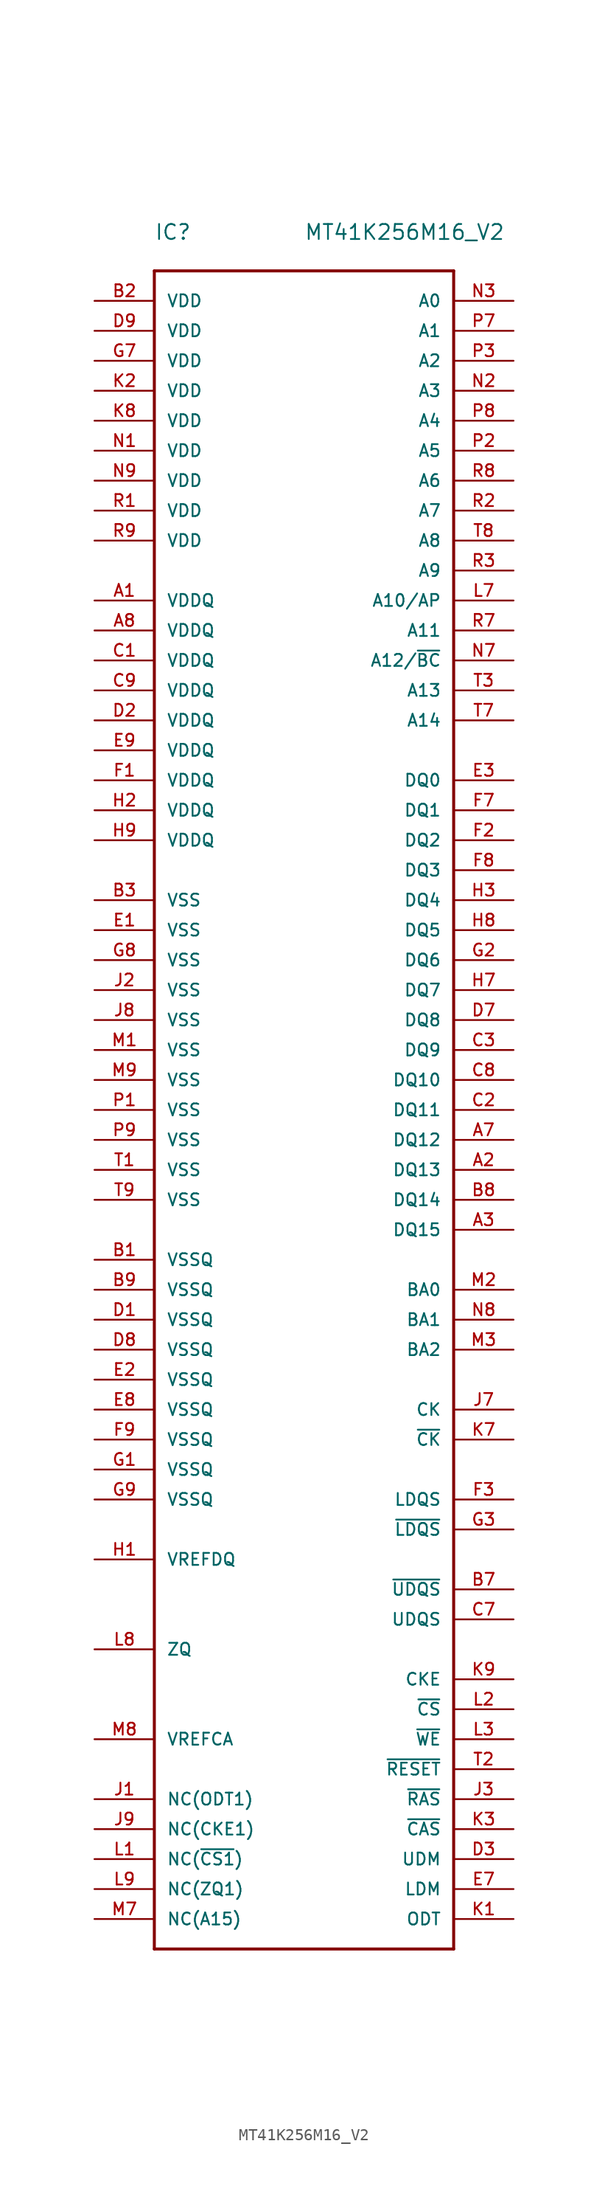
<source format=kicad_sym>
(kicad_symbol_lib
  (version 20220914)
  (generator kicad_symbol_editor)
  (symbol "MT41K256M16_V2"
    (pin_names
      (offset 1.016))
    (property "Reference" "IC"
      (at 0 2.54 0)
      (effects (font (size 1.27 1.27)) (justify left bottom)))
    (property "Value" "MT41K256M16_V2"
      (at 12.7 2.54 0)
      (effects (font (size 1.27 1.27)) (justify left bottom)))
    (symbol "MT41K256M16_V2_1_0"
      (polyline (pts (xy 0 -142.24) (xy 0 0)) (stroke (width 0.254) (type solid)) (fill (type none)))
      (polyline (pts (xy 0 0) (xy 25.4 0)) (stroke (width 0.254) (type solid)) (fill (type none)))
      (polyline (pts (xy 25.4 -142.24) (xy 0 -142.24)) (stroke (width 0.254) (type solid)) (fill (type none)))
      (polyline (pts (xy 25.4 0) (xy 25.4 -142.24)) (stroke (width 0.254) (type solid)) (fill (type none)))
      (pin input line (at 30.48 -119.38 180) (length 5.08) (name "CKE" (effects (font (size 1.016 1.016)))) (number "K9" (effects (font (size 1.016 1.016)))))
      (pin input line (at -5.08 -134.62 0) (length 5.08) (name "NC(~{CS1})" (effects (font (size 1.016 1.016)))) (number "L1" (effects (font (size 1.016 1.016)))))
      (pin input line (at -5.08 -137.16 0) (length 5.08) (name "NC(ZQ1)" (effects (font (size 1.016 1.016)))) (number "L9" (effects (font (size 1.016 1.016)))))
      (pin power_in line (at -5.08 -20.32 0) (length 5.08) (name "VDD" (effects (font (size 1.016 1.016)))) (number "R1" (effects (font (size 1.016 1.016)))))
      (pin power_in line (at -5.08 -76.2 0) (length 5.08) (name "VSS" (effects (font (size 1.016 1.016)))) (number "T1" (effects (font (size 1.016 1.016))))))
    (symbol "MT41K256M16_V2_1_1"
      (pin power_in line (at -5.08 -27.94 0) (length 5.08) (name "VDDQ" (effects (font (size 1.016 1.016)))) (number "A1" (effects (font (size 1.016 1.016)))))
      (pin bidirectional line (at 30.48 -76.2 180) (length 5.08) (name "DQ13" (effects (font (size 1.016 1.016)))) (number "A2" (effects (font (size 1.016 1.016)))))
      (pin bidirectional line (at 30.48 -81.28 180) (length 5.08) (name "DQ15" (effects (font (size 1.016 1.016)))) (number "A3" (effects (font (size 1.016 1.016)))))
      (pin bidirectional line (at 30.48 -73.66 180) (length 5.08) (name "DQ12" (effects (font (size 1.016 1.016)))) (number "A7" (effects (font (size 1.016 1.016)))))
      (pin power_in line (at -5.08 -30.48 0) (length 5.08) (name "VDDQ" (effects (font (size 1.016 1.016)))) (number "A8" (effects (font (size 1.016 1.016)))))
      (pin power_in line (at -5.08 -83.82 0) (length 5.08) (name "VSSQ" (effects (font (size 1.016 1.016)))) (number "B1" (effects (font (size 1.016 1.016)))))
      (pin power_in line (at -5.08 -2.54 0) (length 5.08) (name "VDD" (effects (font (size 1.016 1.016)))) (number "B2" (effects (font (size 1.016 1.016)))))
      (pin power_in line (at -5.08 -53.34 0) (length 5.08) (name "VSS" (effects (font (size 1.016 1.016)))) (number "B3" (effects (font (size 1.016 1.016)))))
      (pin output line (at 30.48 -111.76 180) (length 5.08) (name "~{UDQS}" (effects (font (size 1.016 1.016)))) (number "B7" (effects (font (size 1.016 1.016)))))
      (pin bidirectional line (at 30.48 -78.74 180) (length 5.08) (name "DQ14" (effects (font (size 1.016 1.016)))) (number "B8" (effects (font (size 1.016 1.016)))))
      (pin power_in line (at -5.08 -86.36 0) (length 5.08) (name "VSSQ" (effects (font (size 1.016 1.016)))) (number "B9" (effects (font (size 1.016 1.016)))))
      (pin power_in line (at -5.08 -33.02 0) (length 5.08) (name "VDDQ" (effects (font (size 1.016 1.016)))) (number "C1" (effects (font (size 1.016 1.016)))))
      (pin bidirectional line (at 30.48 -71.12 180) (length 5.08) (name "DQ11" (effects (font (size 1.016 1.016)))) (number "C2" (effects (font (size 1.016 1.016)))))
      (pin bidirectional line (at 30.48 -66.04 180) (length 5.08) (name "DQ9" (effects (font (size 1.016 1.016)))) (number "C3" (effects (font (size 1.016 1.016)))))
      (pin output line (at 30.48 -114.3 180) (length 5.08) (name "UDQS" (effects (font (size 1.016 1.016)))) (number "C7" (effects (font (size 1.016 1.016)))))
      (pin bidirectional line (at 30.48 -68.58 180) (length 5.08) (name "DQ10" (effects (font (size 1.016 1.016)))) (number "C8" (effects (font (size 1.016 1.016)))))
      (pin power_in line (at -5.08 -35.56 0) (length 5.08) (name "VDDQ" (effects (font (size 1.016 1.016)))) (number "C9" (effects (font (size 1.016 1.016)))))
      (pin power_in line (at -5.08 -88.9 0) (length 5.08) (name "VSSQ" (effects (font (size 1.016 1.016)))) (number "D1" (effects (font (size 1.016 1.016)))))
      (pin power_in line (at -5.08 -38.1 0) (length 5.08) (name "VDDQ" (effects (font (size 1.016 1.016)))) (number "D2" (effects (font (size 1.016 1.016)))))
      (pin input line (at 30.48 -134.62 180) (length 5.08) (name "UDM" (effects (font (size 1.016 1.016)))) (number "D3" (effects (font (size 1.016 1.016)))))
      (pin bidirectional line (at 30.48 -63.5 180) (length 5.08) (name "DQ8" (effects (font (size 1.016 1.016)))) (number "D7" (effects (font (size 1.016 1.016)))))
      (pin power_in line (at -5.08 -91.44 0) (length 5.08) (name "VSSQ" (effects (font (size 1.016 1.016)))) (number "D8" (effects (font (size 1.016 1.016)))))
      (pin power_in line (at -5.08 -5.08 0) (length 5.08) (name "VDD" (effects (font (size 1.016 1.016)))) (number "D9" (effects (font (size 1.016 1.016)))))
      (pin power_in line (at -5.08 -55.88 0) (length 5.08) (name "VSS" (effects (font (size 1.016 1.016)))) (number "E1" (effects (font (size 1.016 1.016)))))
      (pin power_in line (at -5.08 -93.98 0) (length 5.08) (name "VSSQ" (effects (font (size 1.016 1.016)))) (number "E2" (effects (font (size 1.016 1.016)))))
      (pin bidirectional line (at 30.48 -43.18 180) (length 5.08) (name "DQ0" (effects (font (size 1.016 1.016)))) (number "E3" (effects (font (size 1.016 1.016)))))
      (pin input line (at 30.48 -137.16 180) (length 5.08) (name "LDM" (effects (font (size 1.016 1.016)))) (number "E7" (effects (font (size 1.016 1.016)))))
      (pin power_in line (at -5.08 -96.52 0) (length 5.08) (name "VSSQ" (effects (font (size 1.016 1.016)))) (number "E8" (effects (font (size 1.016 1.016)))))
      (pin power_in line (at -5.08 -40.64 0) (length 5.08) (name "VDDQ" (effects (font (size 1.016 1.016)))) (number "E9" (effects (font (size 1.016 1.016)))))
      (pin power_in line (at -5.08 -43.18 0) (length 5.08) (name "VDDQ" (effects (font (size 1.016 1.016)))) (number "F1" (effects (font (size 1.016 1.016)))))
      (pin bidirectional line (at 30.48 -48.26 180) (length 5.08) (name "DQ2" (effects (font (size 1.016 1.016)))) (number "F2" (effects (font (size 1.016 1.016)))))
      (pin bidirectional line (at 30.48 -104.14 180) (length 5.08) (name "LDQS" (effects (font (size 1.016 1.016)))) (number "F3" (effects (font (size 1.016 1.016)))))
      (pin bidirectional line (at 30.48 -45.72 180) (length 5.08) (name "DQ1" (effects (font (size 1.016 1.016)))) (number "F7" (effects (font (size 1.016 1.016)))))
      (pin bidirectional line (at 30.48 -50.8 180) (length 5.08) (name "DQ3" (effects (font (size 1.016 1.016)))) (number "F8" (effects (font (size 1.016 1.016)))))
      (pin power_in line (at -5.08 -99.06 0) (length 5.08) (name "VSSQ" (effects (font (size 1.016 1.016)))) (number "F9" (effects (font (size 1.016 1.016)))))
      (pin power_in line (at -5.08 -101.6 0) (length 5.08) (name "VSSQ" (effects (font (size 1.016 1.016)))) (number "G1" (effects (font (size 1.016 1.016)))))
      (pin bidirectional line (at 30.48 -58.42 180) (length 5.08) (name "DQ6" (effects (font (size 1.016 1.016)))) (number "G2" (effects (font (size 1.016 1.016)))))
      (pin bidirectional line (at 30.48 -106.68 180) (length 5.08) (name "~{LDQS}" (effects (font (size 1.016 1.016)))) (number "G3" (effects (font (size 1.016 1.016)))))
      (pin power_in line (at -5.08 -7.62 0) (length 5.08) (name "VDD" (effects (font (size 1.016 1.016)))) (number "G7" (effects (font (size 1.016 1.016)))))
      (pin power_in line (at -5.08 -58.42 0) (length 5.08) (name "VSS" (effects (font (size 1.016 1.016)))) (number "G8" (effects (font (size 1.016 1.016)))))
      (pin power_in line (at -5.08 -104.14 0) (length 5.08) (name "VSSQ" (effects (font (size 1.016 1.016)))) (number "G9" (effects (font (size 1.016 1.016)))))
      (pin passive line (at -5.08 -109.22 0) (length 5.08) (name "VREFDQ" (effects (font (size 1.016 1.016)))) (number "H1" (effects (font (size 1.016 1.016)))))
      (pin power_in line (at -5.08 -45.72 0) (length 5.08) (name "VDDQ" (effects (font (size 1.016 1.016)))) (number "H2" (effects (font (size 1.016 1.016)))))
      (pin bidirectional line (at 30.48 -53.34 180) (length 5.08) (name "DQ4" (effects (font (size 1.016 1.016)))) (number "H3" (effects (font (size 1.016 1.016)))))
      (pin bidirectional line (at 30.48 -60.96 180) (length 5.08) (name "DQ7" (effects (font (size 1.016 1.016)))) (number "H7" (effects (font (size 1.016 1.016)))))
      (pin bidirectional line (at 30.48 -55.88 180) (length 5.08) (name "DQ5" (effects (font (size 1.016 1.016)))) (number "H8" (effects (font (size 1.016 1.016)))))
      (pin power_in line (at -5.08 -48.26 0) (length 5.08) (name "VDDQ" (effects (font (size 1.016 1.016)))) (number "H9" (effects (font (size 1.016 1.016)))))
      (pin input line (at -5.08 -129.54 0) (length 5.08) (name "NC(ODT1)" (effects (font (size 1.016 1.016)))) (number "J1" (effects (font (size 1.016 1.016)))))
      (pin power_in line (at -5.08 -60.96 0) (length 5.08) (name "VSS" (effects (font (size 1.016 1.016)))) (number "J2" (effects (font (size 1.016 1.016)))))
      (pin input line (at 30.48 -129.54 180) (length 5.08) (name "~{RAS}" (effects (font (size 1.016 1.016)))) (number "J3" (effects (font (size 1.016 1.016)))))
      (pin input line (at 30.48 -96.52 180) (length 5.08) (name "CK" (effects (font (size 1.016 1.016)))) (number "J7" (effects (font (size 1.016 1.016)))))
      (pin power_in line (at -5.08 -63.5 0) (length 5.08) (name "VSS" (effects (font (size 1.016 1.016)))) (number "J8" (effects (font (size 1.016 1.016)))))
      (pin input line (at -5.08 -132.08 0) (length 5.08) (name "NC(CKE1)" (effects (font (size 1.016 1.016)))) (number "J9" (effects (font (size 1.016 1.016)))))
      (pin input line (at 30.48 -139.7 180) (length 5.08) (name "ODT" (effects (font (size 1.016 1.016)))) (number "K1" (effects (font (size 1.016 1.016)))))
      (pin power_in line (at -5.08 -10.16 0) (length 5.08) (name "VDD" (effects (font (size 1.016 1.016)))) (number "K2" (effects (font (size 1.016 1.016)))))
      (pin input line (at 30.48 -132.08 180) (length 5.08) (name "~{CAS}" (effects (font (size 1.016 1.016)))) (number "K3" (effects (font (size 1.016 1.016)))))
      (pin input line (at 30.48 -99.06 180) (length 5.08) (name "~{CK}" (effects (font (size 1.016 1.016)))) (number "K7" (effects (font (size 1.016 1.016)))))
      (pin power_in line (at -5.08 -12.7 0) (length 5.08) (name "VDD" (effects (font (size 1.016 1.016)))) (number "K8" (effects (font (size 1.016 1.016)))))
      (pin input line (at 30.48 -121.92 180) (length 5.08) (name "~{CS}" (effects (font (size 1.016 1.016)))) (number "L2" (effects (font (size 1.016 1.016)))))
      (pin input line (at 30.48 -124.46 180) (length 5.08) (name "~{WE}" (effects (font (size 1.016 1.016)))) (number "L3" (effects (font (size 1.016 1.016)))))
      (pin input line (at 30.48 -27.94 180) (length 5.08) (name "A10/AP" (effects (font (size 1.016 1.016)))) (number "L7" (effects (font (size 1.016 1.016)))))
      (pin passive line (at -5.08 -116.84 0) (length 5.08) (name "ZQ" (effects (font (size 1.016 1.016)))) (number "L8" (effects (font (size 1.016 1.016)))))
      (pin power_in line (at -5.08 -66.04 0) (length 5.08) (name "VSS" (effects (font (size 1.016 1.016)))) (number "M1" (effects (font (size 1.016 1.016)))))
      (pin input line (at 30.48 -86.36 180) (length 5.08) (name "BA0" (effects (font (size 1.016 1.016)))) (number "M2" (effects (font (size 1.016 1.016)))))
      (pin input line (at 30.48 -91.44 180) (length 5.08) (name "BA2" (effects (font (size 1.016 1.016)))) (number "M3" (effects (font (size 1.016 1.016)))))
      (pin input line (at -5.08 -139.7 0) (length 5.08) (name "NC(A15)" (effects (font (size 1.016 1.016)))) (number "M7" (effects (font (size 1.016 1.016)))))
      (pin passive line (at -5.08 -124.46 0) (length 5.08) (name "VREFCA" (effects (font (size 1.016 1.016)))) (number "M8" (effects (font (size 1.016 1.016)))))
      (pin power_in line (at -5.08 -68.58 0) (length 5.08) (name "VSS" (effects (font (size 1.016 1.016)))) (number "M9" (effects (font (size 1.016 1.016)))))
      (pin power_in line (at -5.08 -15.24 0) (length 5.08) (name "VDD" (effects (font (size 1.016 1.016)))) (number "N1" (effects (font (size 1.016 1.016)))))
      (pin output line (at 30.48 -10.16 180) (length 5.08) (name "A3" (effects (font (size 1.016 1.016)))) (number "N2" (effects (font (size 1.016 1.016)))))
      (pin input line (at 30.48 -2.54 180) (length 5.08) (name "A0" (effects (font (size 1.016 1.016)))) (number "N3" (effects (font (size 1.016 1.016)))))
      (pin input line (at 30.48 -33.02 180) (length 5.08) (name "A12/~{BC}" (effects (font (size 1.016 1.016)))) (number "N7" (effects (font (size 1.016 1.016)))))
      (pin input line (at 30.48 -88.9 180) (length 5.08) (name "BA1" (effects (font (size 1.016 1.016)))) (number "N8" (effects (font (size 1.016 1.016)))))
      (pin power_in line (at -5.08 -17.78 0) (length 5.08) (name "VDD" (effects (font (size 1.016 1.016)))) (number "N9" (effects (font (size 1.016 1.016)))))
      (pin power_in line (at -5.08 -71.12 0) (length 5.08) (name "VSS" (effects (font (size 1.016 1.016)))) (number "P1" (effects (font (size 1.016 1.016)))))
      (pin input line (at 30.48 -15.24 180) (length 5.08) (name "A5" (effects (font (size 1.016 1.016)))) (number "P2" (effects (font (size 1.016 1.016)))))
      (pin input line (at 30.48 -7.62 180) (length 5.08) (name "A2" (effects (font (size 1.016 1.016)))) (number "P3" (effects (font (size 1.016 1.016)))))
      (pin input line (at 30.48 -5.08 180) (length 5.08) (name "A1" (effects (font (size 1.016 1.016)))) (number "P7" (effects (font (size 1.016 1.016)))))
      (pin input line (at 30.48 -12.7 180) (length 5.08) (name "A4" (effects (font (size 1.016 1.016)))) (number "P8" (effects (font (size 1.016 1.016)))))
      (pin power_in line (at -5.08 -73.66 0) (length 5.08) (name "VSS" (effects (font (size 1.016 1.016)))) (number "P9" (effects (font (size 1.016 1.016)))))
      (pin input line (at 30.48 -20.32 180) (length 5.08) (name "A7" (effects (font (size 1.016 1.016)))) (number "R2" (effects (font (size 1.016 1.016)))))
      (pin input line (at 30.48 -25.4 180) (length 5.08) (name "A9" (effects (font (size 1.016 1.016)))) (number "R3" (effects (font (size 1.016 1.016)))))
      (pin input line (at 30.48 -30.48 180) (length 5.08) (name "A11" (effects (font (size 1.016 1.016)))) (number "R7" (effects (font (size 1.016 1.016)))))
      (pin input line (at 30.48 -17.78 180) (length 5.08) (name "A6" (effects (font (size 1.016 1.016)))) (number "R8" (effects (font (size 1.016 1.016)))))
      (pin power_in line (at -5.08 -22.86 0) (length 5.08) (name "VDD" (effects (font (size 1.016 1.016)))) (number "R9" (effects (font (size 1.016 1.016)))))
      (pin input line (at 30.48 -127 180) (length 5.08) (name "~{RESET}" (effects (font (size 1.016 1.016)))) (number "T2" (effects (font (size 1.016 1.016)))))
      (pin input line (at 30.48 -35.56 180) (length 5.08) (name "A13" (effects (font (size 1.016 1.016)))) (number "T3" (effects (font (size 1.016 1.016)))))
      (pin input line (at 30.48 -38.1 180) (length 5.08) (name "A14" (effects (font (size 1.016 1.016)))) (number "T7" (effects (font (size 1.016 1.016)))))
      (pin input line (at 30.48 -22.86 180) (length 5.08) (name "A8" (effects (font (size 1.016 1.016)))) (number "T8" (effects (font (size 1.016 1.016)))))
      (pin power_in line (at -5.08 -78.74 0) (length 5.08) (name "VSS" (effects (font (size 1.016 1.016)))) (number "T9" (effects (font (size 1.016 1.016))))))))
</source>
